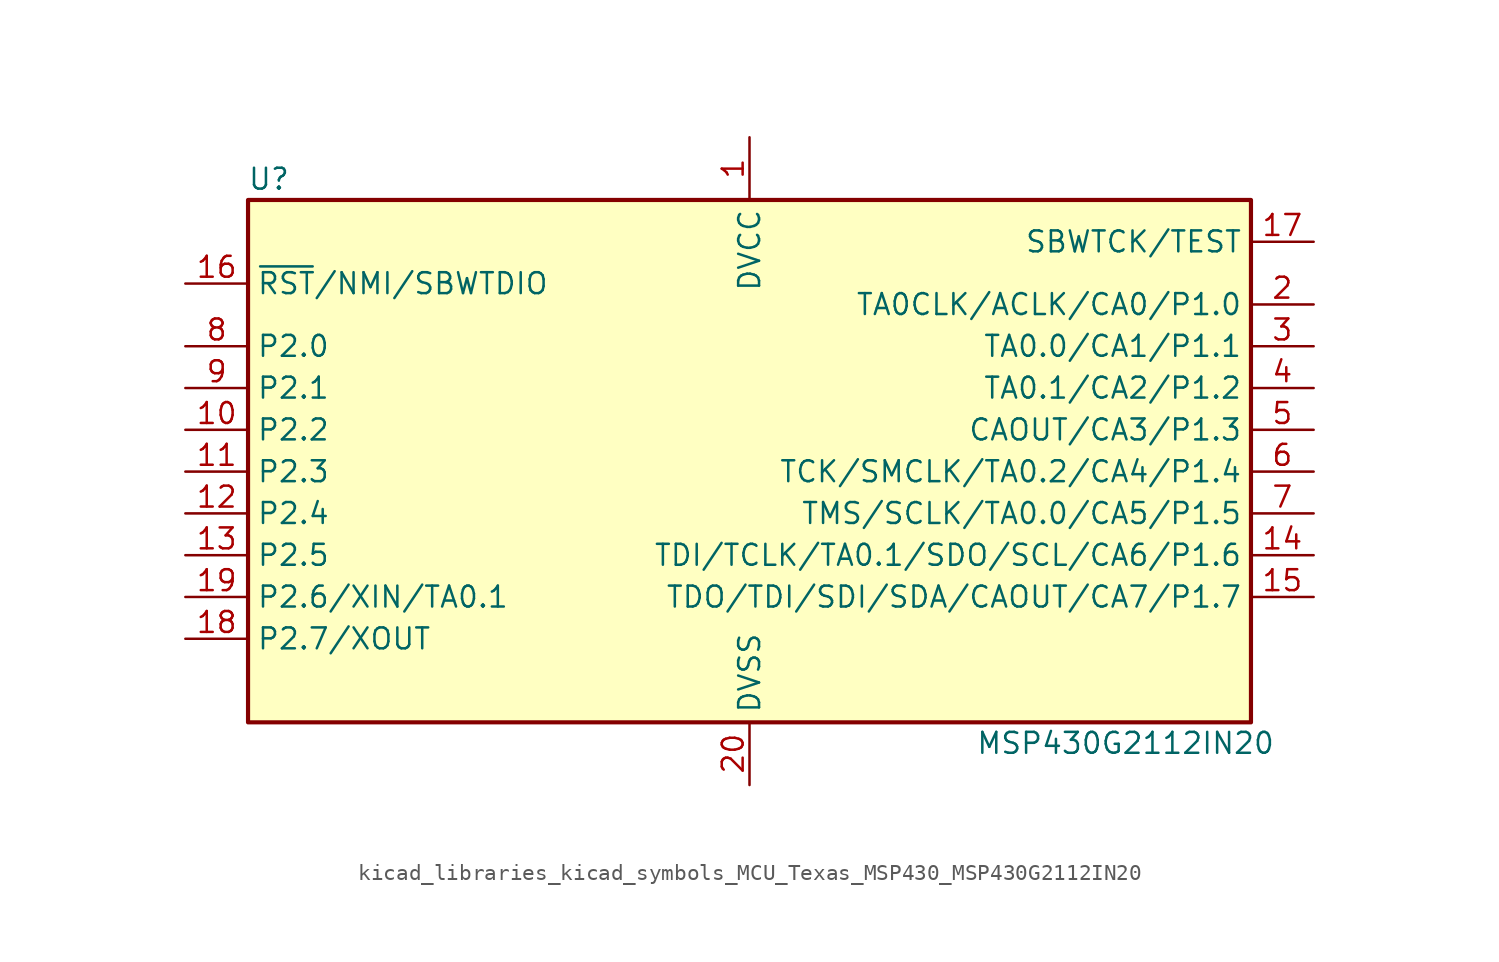
<source format=kicad_sym>
(kicad_symbol_lib
  (version 20220914)
  (generator kicad_symbol_editor)
  (symbol "kicad_libraries_kicad_symbols_MCU_Texas_MSP430_MSP430G2112IN20"
    (property "Reference" "U"
      (at -29.21 17.78 0)
      (effects (font (size 1.27 1.27))))
    (property "Value" "MSP430G2112IN20"
      (at 22.86 -16.51 0)
      (effects (font (size 1.27 1.27))))
    (symbol "kicad_libraries_kicad_symbols_MCU_Texas_MSP430_MSP430G2112IN20_0_1"
      (rectangle (start -30.48 16.51) (end 30.48 -15.24) (stroke (width 0.254) (type default)) (fill (type background))))
    (symbol "kicad_libraries_kicad_symbols_MCU_Texas_MSP430_MSP430G2112IN20_1_1"
      (pin power_in line (at 0 20.32 270) (length 3.81) (name "DVCC" (effects (font (size 1.27 1.27)))) (number "1" (effects (font (size 1.27 1.27)))))
      (pin bidirectional line (at -34.29 2.54 0) (length 3.81) (name "P2.2" (effects (font (size 1.27 1.27)))) (number "10" (effects (font (size 1.27 1.27)))))
      (pin bidirectional line (at -34.29 0 0) (length 3.81) (name "P2.3" (effects (font (size 1.27 1.27)))) (number "11" (effects (font (size 1.27 1.27)))))
      (pin bidirectional line (at -34.29 -2.54 0) (length 3.81) (name "P2.4" (effects (font (size 1.27 1.27)))) (number "12" (effects (font (size 1.27 1.27)))))
      (pin bidirectional line (at -34.29 -5.08 0) (length 3.81) (name "P2.5" (effects (font (size 1.27 1.27)))) (number "13" (effects (font (size 1.27 1.27)))))
      (pin bidirectional line (at 34.29 -5.08 180) (length 3.81) (name "TDI/TCLK/TA0.1/SDO/SCL/CA6/P1.6" (effects (font (size 1.27 1.27)))) (number "14" (effects (font (size 1.27 1.27)))))
      (pin bidirectional line (at 34.29 -7.62 180) (length 3.81) (name "TDO/TDI/SDI/SDA/CAOUT/CA7/P1.7" (effects (font (size 1.27 1.27)))) (number "15" (effects (font (size 1.27 1.27)))))
      (pin input line (at -34.29 11.43 0) (length 3.81) (name "~{RST}/NMI/SBWTDIO" (effects (font (size 1.27 1.27)))) (number "16" (effects (font (size 1.27 1.27)))))
      (pin input line (at 34.29 13.97 180) (length 3.81) (name "SBWTCK/TEST" (effects (font (size 1.27 1.27)))) (number "17" (effects (font (size 1.27 1.27)))))
      (pin bidirectional line (at -34.29 -10.16 0) (length 3.81) (name "P2.7/XOUT" (effects (font (size 1.27 1.27)))) (number "18" (effects (font (size 1.27 1.27)))))
      (pin bidirectional line (at -34.29 -7.62 0) (length 3.81) (name "P2.6/XIN/TA0.1" (effects (font (size 1.27 1.27)))) (number "19" (effects (font (size 1.27 1.27)))))
      (pin bidirectional line (at 34.29 10.16 180) (length 3.81) (name "TA0CLK/ACLK/CA0/P1.0" (effects (font (size 1.27 1.27)))) (number "2" (effects (font (size 1.27 1.27)))))
      (pin power_in line (at 0 -19.05 90) (length 3.81) (name "DVSS" (effects (font (size 1.27 1.27)))) (number "20" (effects (font (size 1.27 1.27)))))
      (pin bidirectional line (at 34.29 7.62 180) (length 3.81) (name "TA0.0/CA1/P1.1" (effects (font (size 1.27 1.27)))) (number "3" (effects (font (size 1.27 1.27)))))
      (pin bidirectional line (at 34.29 5.08 180) (length 3.81) (name "TA0.1/CA2/P1.2" (effects (font (size 1.27 1.27)))) (number "4" (effects (font (size 1.27 1.27)))))
      (pin bidirectional line (at 34.29 2.54 180) (length 3.81) (name "CAOUT/CA3/P1.3" (effects (font (size 1.27 1.27)))) (number "5" (effects (font (size 1.27 1.27)))))
      (pin bidirectional line (at 34.29 0 180) (length 3.81) (name "TCK/SMCLK/TA0.2/CA4/P1.4" (effects (font (size 1.27 1.27)))) (number "6" (effects (font (size 1.27 1.27)))))
      (pin bidirectional line (at 34.29 -2.54 180) (length 3.81) (name "TMS/SCLK/TA0.0/CA5/P1.5" (effects (font (size 1.27 1.27)))) (number "7" (effects (font (size 1.27 1.27)))))
      (pin bidirectional line (at -34.29 7.62 0) (length 3.81) (name "P2.0" (effects (font (size 1.27 1.27)))) (number "8" (effects (font (size 1.27 1.27)))))
      (pin bidirectional line (at -34.29 5.08 0) (length 3.81) (name "P2.1" (effects (font (size 1.27 1.27)))) (number "9" (effects (font (size 1.27 1.27))))))))
</source>
